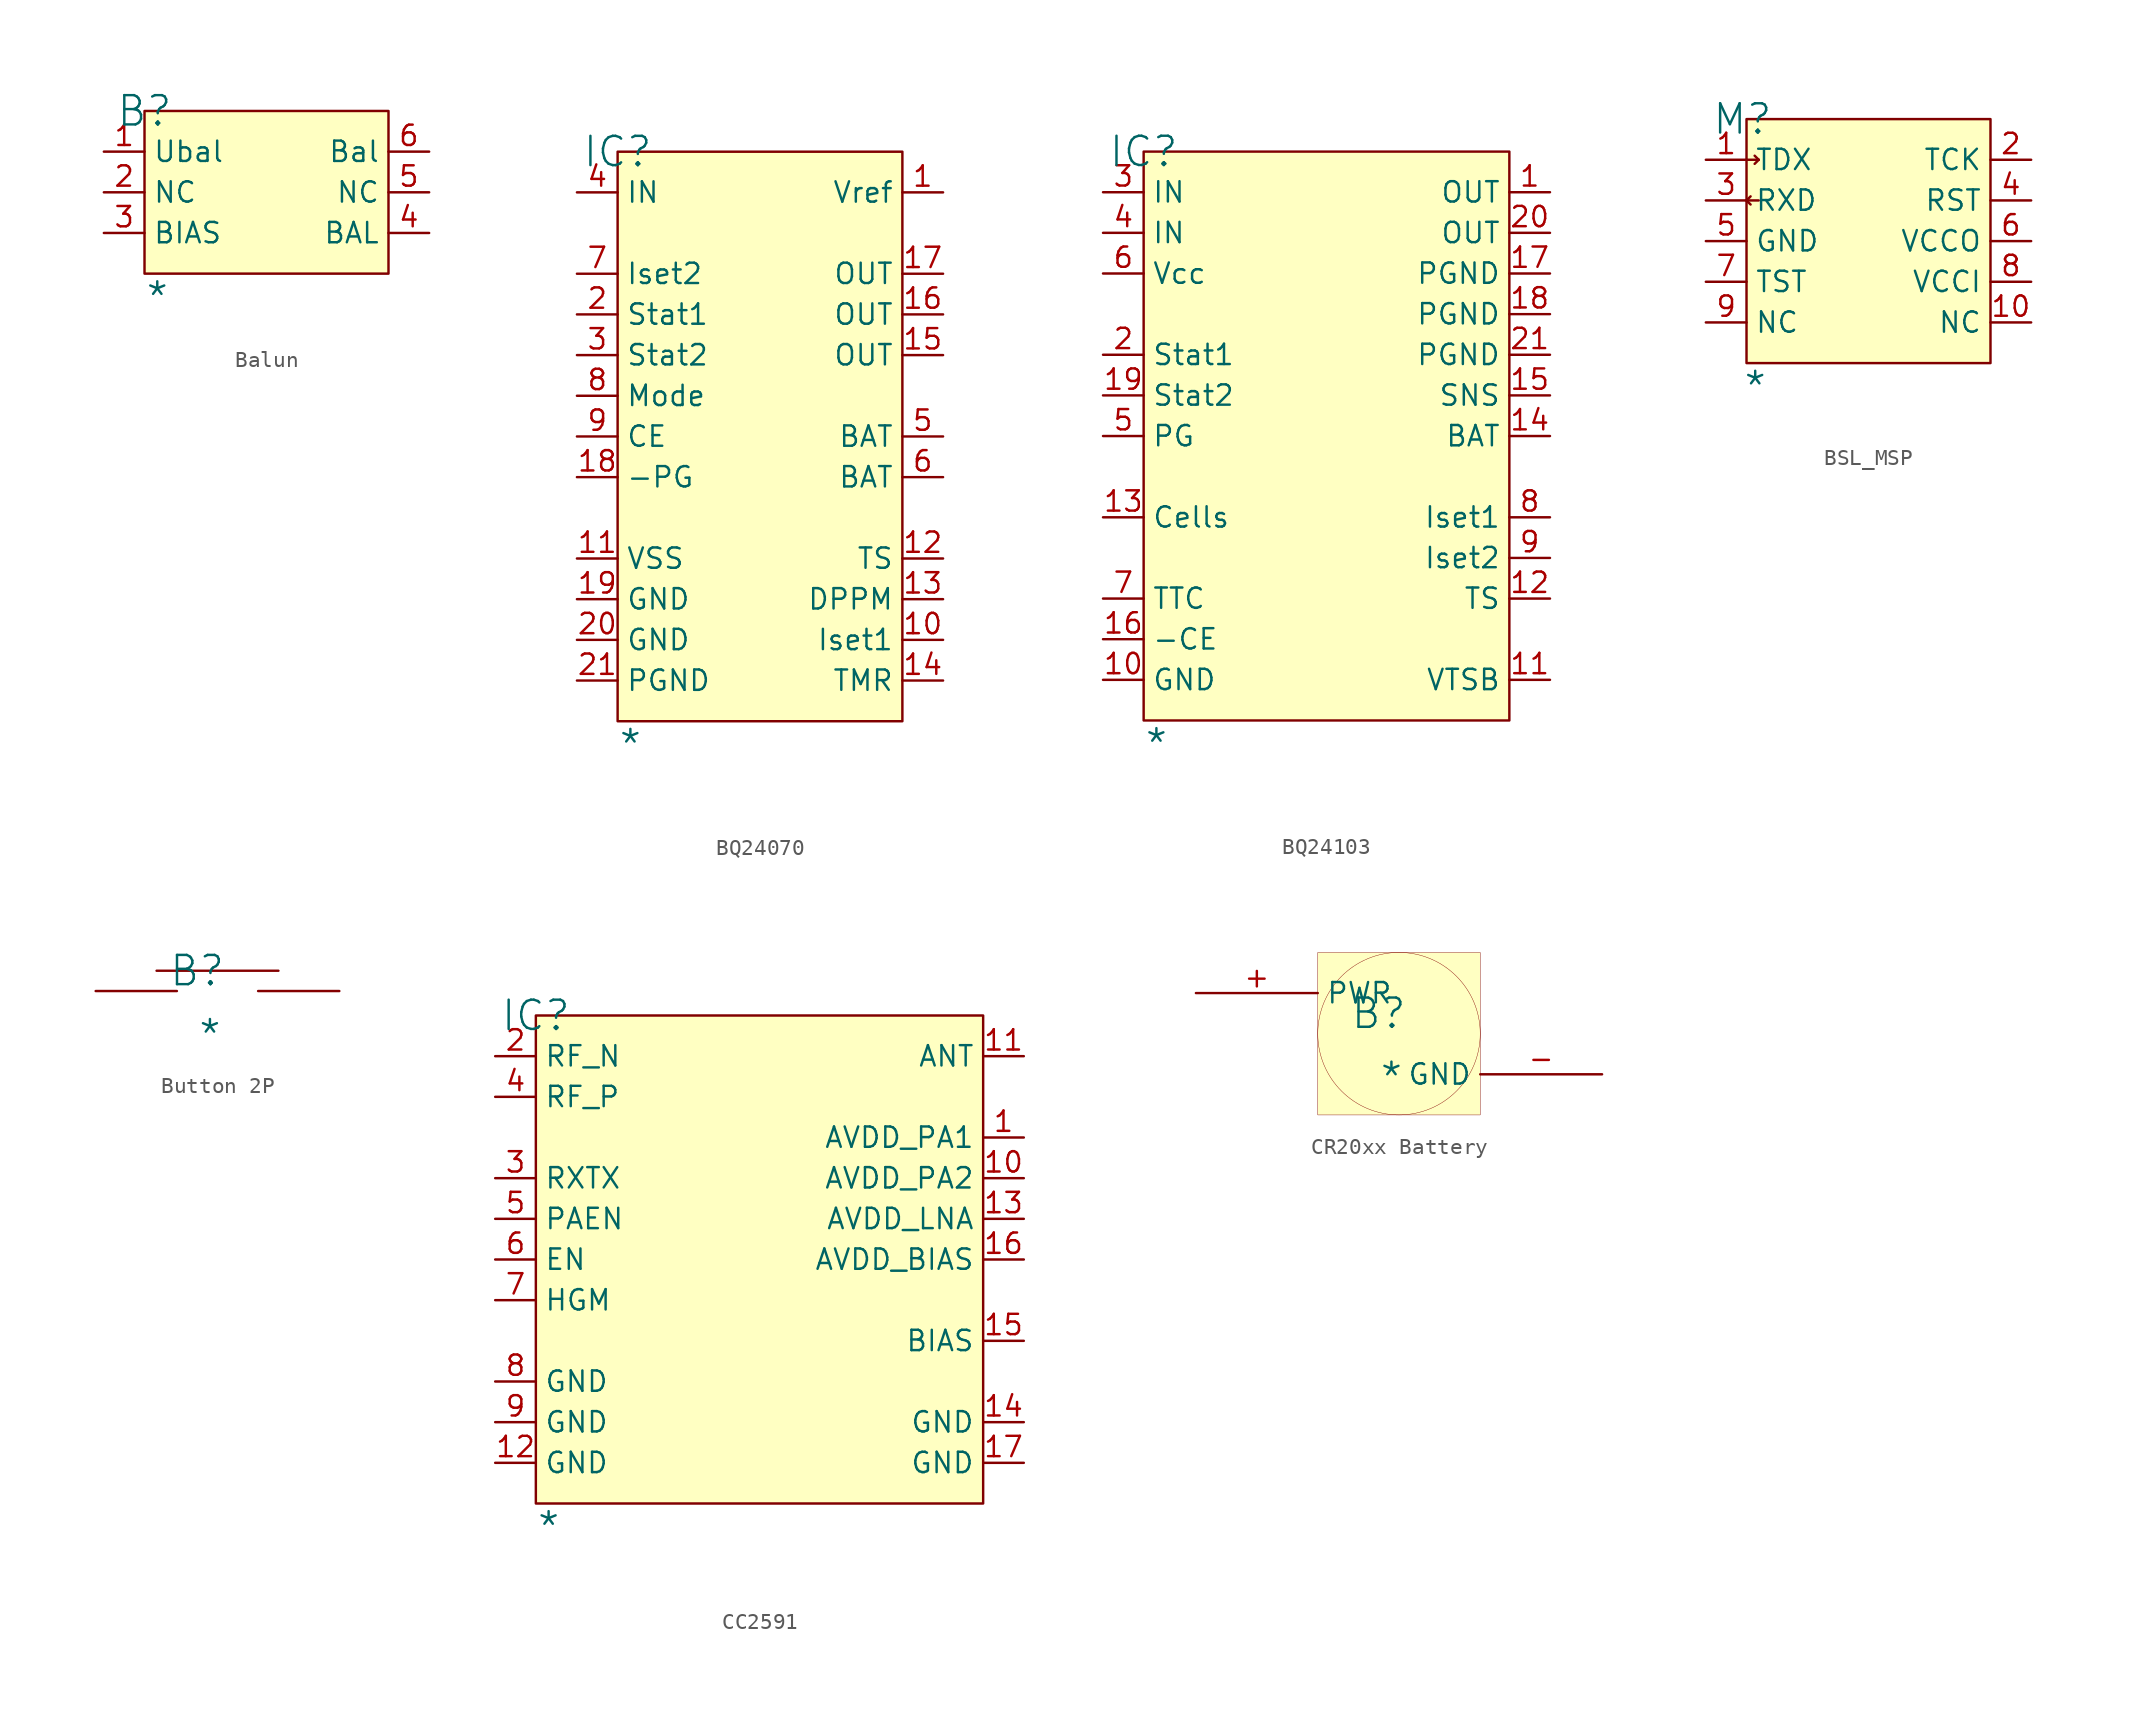
<source format=kicad_sym>
(kicad_symbol_lib
  (version 20241209)
  (generator "kicad_symbol_editor")
  (generator_version "9.0")
  (symbol "Balun"
    (property "Reference" "B"
      (at 0 0 0)
      (effects (font (size 1.829 1.829))))
    (property "Value" "*"
      (at 0 -12.7 0)
      (effects (font (size 1.829 1.829)) (justify left bottom)))
    (symbol "Balun_1_0"
      (rectangle (start 15.24 0) (end 0 -10.16) (stroke (width 0) (type solid) (color 128 0 0 1)) (fill (type background)))
      (pin passive line (at -2.54 -2.54 0) (length 2.54) (name "Ubal" (effects (font (size 1.27 1.27)))) (number "1" (effects (font (size 1.27 1.27)))))
      (pin passive line (at -2.54 -5.08 0) (length 2.54) (name "NC" (effects (font (size 1.27 1.27)))) (number "2" (effects (font (size 1.27 1.27)))))
      (pin passive line (at -2.54 -7.62 0) (length 2.54) (name "BIAS" (effects (font (size 1.27 1.27)))) (number "3" (effects (font (size 1.27 1.27)))))
      (pin passive line (at 17.78 -2.54 180) (length 2.54) (name "Bal" (effects (font (size 1.27 1.27)))) (number "6" (effects (font (size 1.27 1.27)))))
      (pin passive line (at 17.78 -5.08 180) (length 2.54) (name "NC" (effects (font (size 1.27 1.27)))) (number "5" (effects (font (size 1.27 1.27)))))
      (pin passive line (at 17.78 -7.62 180) (length 2.54) (name "BAL" (effects (font (size 1.27 1.27)))) (number "4" (effects (font (size 1.27 1.27)))))))
  (symbol "BQ24070"
    (property "Reference" "IC"
      (at 0 0 0)
      (effects (font (size 1.829 1.829))))
    (property "Value" "*"
      (at 0 -38.1 0)
      (effects (font (size 1.829 1.829)) (justify left bottom)))
    (symbol "BQ24070_1_0"
      (rectangle (start 17.78 0) (end 0 -35.56) (stroke (width 0) (type solid) (color 128 0 0 1)) (fill (type background)))
      (pin passive line (at -2.54 -2.54 0) (length 2.54) (name "IN" (effects (font (size 1.27 1.27)))) (number "4" (effects (font (size 1.27 1.27)))))
      (pin passive line (at -2.54 -7.62 0) (length 2.54) (name "Iset2" (effects (font (size 1.27 1.27)))) (number "7" (effects (font (size 1.27 1.27)))))
      (pin passive line (at -2.54 -10.16 0) (length 2.54) (name "Stat1" (effects (font (size 1.27 1.27)))) (number "2" (effects (font (size 1.27 1.27)))))
      (pin passive line (at -2.54 -12.7 0) (length 2.54) (name "Stat2" (effects (font (size 1.27 1.27)))) (number "3" (effects (font (size 1.27 1.27)))))
      (pin passive line (at -2.54 -15.24 0) (length 2.54) (name "Mode" (effects (font (size 1.27 1.27)))) (number "8" (effects (font (size 1.27 1.27)))))
      (pin passive line (at -2.54 -17.78 0) (length 2.54) (name "CE" (effects (font (size 1.27 1.27)))) (number "9" (effects (font (size 1.27 1.27)))))
      (pin passive line (at -2.54 -20.32 0) (length 2.54) (name "-PG" (effects (font (size 1.27 1.27)))) (number "18" (effects (font (size 1.27 1.27)))))
      (pin passive line (at -2.54 -25.4 0) (length 2.54) (name "VSS" (effects (font (size 1.27 1.27)))) (number "11" (effects (font (size 1.27 1.27)))))
      (pin passive line (at -2.54 -27.94 0) (length 2.54) (name "GND" (effects (font (size 1.27 1.27)))) (number "19" (effects (font (size 1.27 1.27)))))
      (pin passive line (at -2.54 -30.48 0) (length 2.54) (name "GND" (effects (font (size 1.27 1.27)))) (number "20" (effects (font (size 1.27 1.27)))))
      (pin passive line (at -2.54 -33.02 0) (length 2.54) (name "PGND" (effects (font (size 1.27 1.27)))) (number "21" (effects (font (size 1.27 1.27)))))
      (pin passive line (at 20.32 -2.54 180) (length 2.54) (name "Vref" (effects (font (size 1.27 1.27)))) (number "1" (effects (font (size 1.27 1.27)))))
      (pin passive line (at 20.32 -7.62 180) (length 2.54) (name "OUT" (effects (font (size 1.27 1.27)))) (number "17" (effects (font (size 1.27 1.27)))))
      (pin passive line (at 20.32 -10.16 180) (length 2.54) (name "OUT" (effects (font (size 1.27 1.27)))) (number "16" (effects (font (size 1.27 1.27)))))
      (pin passive line (at 20.32 -12.7 180) (length 2.54) (name "OUT" (effects (font (size 1.27 1.27)))) (number "15" (effects (font (size 1.27 1.27)))))
      (pin passive line (at 20.32 -17.78 180) (length 2.54) (name "BAT" (effects (font (size 1.27 1.27)))) (number "5" (effects (font (size 1.27 1.27)))))
      (pin passive line (at 20.32 -20.32 180) (length 2.54) (name "BAT" (effects (font (size 1.27 1.27)))) (number "6" (effects (font (size 1.27 1.27)))))
      (pin passive line (at 20.32 -25.4 180) (length 2.54) (name "TS" (effects (font (size 1.27 1.27)))) (number "12" (effects (font (size 1.27 1.27)))))
      (pin passive line (at 20.32 -27.94 180) (length 2.54) (name "DPPM" (effects (font (size 1.27 1.27)))) (number "13" (effects (font (size 1.27 1.27)))))
      (pin passive line (at 20.32 -30.48 180) (length 2.54) (name "Iset1" (effects (font (size 1.27 1.27)))) (number "10" (effects (font (size 1.27 1.27)))))
      (pin passive line (at 20.32 -33.02 180) (length 2.54) (name "TMR" (effects (font (size 1.27 1.27)))) (number "14" (effects (font (size 1.27 1.27)))))))
  (symbol "BQ24103"
    (property "Reference" "IC"
      (at 0 0 0)
      (effects (font (size 1.829 1.829))))
    (property "Value" "*"
      (at 0 -38.1 0)
      (effects (font (size 1.829 1.829)) (justify left bottom)))
    (symbol "BQ24103_1_0"
      (rectangle (start 22.86 0) (end 0 -35.56) (stroke (width 0) (type solid) (color 128 0 0 1)) (fill (type background)))
      (pin passive line (at -2.54 -2.54 0) (length 2.54) (name "IN" (effects (font (size 1.27 1.27)))) (number "3" (effects (font (size 1.27 1.27)))))
      (pin passive line (at -2.54 -5.08 0) (length 2.54) (name "IN" (effects (font (size 1.27 1.27)))) (number "4" (effects (font (size 1.27 1.27)))))
      (pin passive line (at -2.54 -7.62 0) (length 2.54) (name "Vcc" (effects (font (size 1.27 1.27)))) (number "6" (effects (font (size 1.27 1.27)))))
      (pin passive line (at -2.54 -12.7 0) (length 2.54) (name "Stat1" (effects (font (size 1.27 1.27)))) (number "2" (effects (font (size 1.27 1.27)))))
      (pin passive line (at -2.54 -15.24 0) (length 2.54) (name "Stat2" (effects (font (size 1.27 1.27)))) (number "19" (effects (font (size 1.27 1.27)))))
      (pin passive line (at -2.54 -17.78 0) (length 2.54) (name "PG" (effects (font (size 1.27 1.27)))) (number "5" (effects (font (size 1.27 1.27)))))
      (pin passive line (at -2.54 -22.86 0) (length 2.54) (name "Cells" (effects (font (size 1.27 1.27)))) (number "13" (effects (font (size 1.27 1.27)))))
      (pin passive line (at -2.54 -27.94 0) (length 2.54) (name "TTC" (effects (font (size 1.27 1.27)))) (number "7" (effects (font (size 1.27 1.27)))))
      (pin passive line (at -2.54 -30.48 0) (length 2.54) (name "-CE" (effects (font (size 1.27 1.27)))) (number "16" (effects (font (size 1.27 1.27)))))
      (pin passive line (at -2.54 -33.02 0) (length 2.54) (name "GND" (effects (font (size 1.27 1.27)))) (number "10" (effects (font (size 1.27 1.27)))))
      (pin passive line (at 25.4 -2.54 180) (length 2.54) (name "OUT" (effects (font (size 1.27 1.27)))) (number "1" (effects (font (size 1.27 1.27)))))
      (pin passive line (at 25.4 -5.08 180) (length 2.54) (name "OUT" (effects (font (size 1.27 1.27)))) (number "20" (effects (font (size 1.27 1.27)))))
      (pin passive line (at 25.4 -7.62 180) (length 2.54) (name "PGND" (effects (font (size 1.27 1.27)))) (number "17" (effects (font (size 1.27 1.27)))))
      (pin passive line (at 25.4 -10.16 180) (length 2.54) (name "PGND" (effects (font (size 1.27 1.27)))) (number "18" (effects (font (size 1.27 1.27)))))
      (pin passive line (at 25.4 -12.7 180) (length 2.54) (name "PGND" (effects (font (size 1.27 1.27)))) (number "21" (effects (font (size 1.27 1.27)))))
      (pin passive line (at 25.4 -15.24 180) (length 2.54) (name "SNS" (effects (font (size 1.27 1.27)))) (number "15" (effects (font (size 1.27 1.27)))))
      (pin passive line (at 25.4 -17.78 180) (length 2.54) (name "BAT" (effects (font (size 1.27 1.27)))) (number "14" (effects (font (size 1.27 1.27)))))
      (pin passive line (at 25.4 -22.86 180) (length 2.54) (name "Iset1" (effects (font (size 1.27 1.27)))) (number "8" (effects (font (size 1.27 1.27)))))
      (pin passive line (at 25.4 -25.4 180) (length 2.54) (name "Iset2" (effects (font (size 1.27 1.27)))) (number "9" (effects (font (size 1.27 1.27)))))
      (pin passive line (at 25.4 -27.94 180) (length 2.54) (name "TS" (effects (font (size 1.27 1.27)))) (number "12" (effects (font (size 1.27 1.27)))))
      (pin passive line (at 25.4 -33.02 180) (length 2.54) (name "VTSB" (effects (font (size 1.27 1.27)))) (number "11" (effects (font (size 1.27 1.27)))))))
  (symbol "BSL_MSP"
    (property "Reference" "M"
      (at -0.254 0 0)
      (effects (font (size 1.829 1.829))))
    (property "Value" "*"
      (at -0.254 -17.78 0)
      (effects (font (size 1.829 1.829)) (justify left bottom)))
    (symbol "BSL_MSP_1_0"
      (polyline (pts (xy 0 -2.54) (xy 0.762 -2.54)) (stroke (width 0) (type solid)) (fill (type none)))
      (polyline (pts (xy 0 -5.08) (xy 0.254 -4.826)) (stroke (width 0) (type solid)) (fill (type none)))
      (polyline (pts (xy 0 -5.08) (xy 0.254 -5.334)) (stroke (width 0) (type solid)) (fill (type none)))
      (polyline (pts (xy 0.762 -2.54) (xy 0.508 -2.286)) (stroke (width 0) (type solid)) (fill (type none)))
      (polyline (pts (xy 0.762 -2.54) (xy 0.508 -2.794)) (stroke (width 0) (type solid)) (fill (type none)))
      (polyline (pts (xy 0.762 -5.08) (xy 0 -5.08)) (stroke (width 0) (type solid)) (fill (type none)))
      (rectangle (start 15.24 0) (end 0 -15.24) (stroke (width 0) (type solid) (color 128 0 0 1)) (fill (type background)))
      (pin passive line (at -2.54 -2.54 0) (length 2.54) (name "TDX" (effects (font (size 1.27 1.27)))) (number "1" (effects (font (size 1.27 1.27)))))
      (pin passive line (at -2.54 -5.08 0) (length 2.54) (name "RXD" (effects (font (size 1.27 1.27)))) (number "3" (effects (font (size 1.27 1.27)))))
      (pin passive line (at -2.54 -7.62 0) (length 2.54) (name "GND" (effects (font (size 1.27 1.27)))) (number "5" (effects (font (size 1.27 1.27)))))
      (pin passive line (at -2.54 -10.16 0) (length 2.54) (name "TST" (effects (font (size 1.27 1.27)))) (number "7" (effects (font (size 1.27 1.27)))))
      (pin passive line (at -2.54 -12.7 0) (length 2.54) (name "NC" (effects (font (size 1.27 1.27)))) (number "9" (effects (font (size 1.27 1.27)))))
      (pin passive line (at 17.78 -2.54 180) (length 2.54) (name "TCK" (effects (font (size 1.27 1.27)))) (number "2" (effects (font (size 1.27 1.27)))))
      (pin passive line (at 17.78 -5.08 180) (length 2.54) (name "RST" (effects (font (size 1.27 1.27)))) (number "4" (effects (font (size 1.27 1.27)))))
      (pin passive line (at 17.78 -7.62 180) (length 2.54) (name "VCCO" (effects (font (size 1.27 1.27)))) (number "6" (effects (font (size 1.27 1.27)))))
      (pin passive line (at 17.78 -10.16 180) (length 2.54) (name "VCCI" (effects (font (size 1.27 1.27)))) (number "8" (effects (font (size 1.27 1.27)))))
      (pin passive line (at 17.78 -12.7 180) (length 2.54) (name "NC" (effects (font (size 1.27 1.27)))) (number "10" (effects (font (size 1.27 1.27)))))))
  (symbol "Button 2P"
    (pin_numbers
      (hide yes))
    (pin_names
      (hide yes))
    (property "Reference" "B"
      (at -1.27 1.27 0)
      (effects (font (size 1.829 1.829))))
    (property "Value" "*"
      (at -1.27 -3.81 0)
      (effects (font (size 1.829 1.829)) (justify left bottom)))
    (symbol "Button 2P_1_0"
      (polyline (pts (xy -3.81 1.27) (xy 3.81 1.27)) (stroke (width 0) (type solid)) (fill (type none)))
      (pin passive line (at -7.62 0 0) (length 5.08) (name "1" (effects (font (size 1.27 1.27)))) (number "1" (effects (font (size 1.27 1.27)))))
      (pin passive line (at 7.62 0 180) (length 5.08) (name "2" (effects (font (size 1.27 1.27)))) (number "2" (effects (font (size 1.27 1.27)))))))
  (symbol "CC2591"
    (property "Reference" "IC"
      (at 0 0 0)
      (effects (font (size 1.829 1.829))))
    (property "Value" "*"
      (at 0 -33.02 0)
      (effects (font (size 1.829 1.829)) (justify left bottom)))
    (symbol "CC2591_1_0"
      (rectangle (start 27.94 0) (end 0 -30.48) (stroke (width 0) (type solid) (color 128 0 0 1)) (fill (type background)))
      (pin passive line (at -2.54 -2.54 0) (length 2.54) (name "RF_N" (effects (font (size 1.27 1.27)))) (number "2" (effects (font (size 1.27 1.27)))))
      (pin passive line (at -2.54 -5.08 0) (length 2.54) (name "RF_P" (effects (font (size 1.27 1.27)))) (number "4" (effects (font (size 1.27 1.27)))))
      (pin passive line (at -2.54 -10.16 0) (length 2.54) (name "RXTX" (effects (font (size 1.27 1.27)))) (number "3" (effects (font (size 1.27 1.27)))))
      (pin passive line (at -2.54 -12.7 0) (length 2.54) (name "PAEN" (effects (font (size 1.27 1.27)))) (number "5" (effects (font (size 1.27 1.27)))))
      (pin passive line (at -2.54 -15.24 0) (length 2.54) (name "EN" (effects (font (size 1.27 1.27)))) (number "6" (effects (font (size 1.27 1.27)))))
      (pin passive line (at -2.54 -17.78 0) (length 2.54) (name "HGM" (effects (font (size 1.27 1.27)))) (number "7" (effects (font (size 1.27 1.27)))))
      (pin passive line (at -2.54 -22.86 0) (length 2.54) (name "GND" (effects (font (size 1.27 1.27)))) (number "8" (effects (font (size 1.27 1.27)))))
      (pin passive line (at -2.54 -25.4 0) (length 2.54) (name "GND" (effects (font (size 1.27 1.27)))) (number "9" (effects (font (size 1.27 1.27)))))
      (pin passive line (at -2.54 -27.94 0) (length 2.54) (name "GND" (effects (font (size 1.27 1.27)))) (number "12" (effects (font (size 1.27 1.27)))))
      (pin passive line (at 30.48 -2.54 180) (length 2.54) (name "ANT" (effects (font (size 1.27 1.27)))) (number "11" (effects (font (size 1.27 1.27)))))
      (pin passive line (at 30.48 -7.62 180) (length 2.54) (name "AVDD_PA1" (effects (font (size 1.27 1.27)))) (number "1" (effects (font (size 1.27 1.27)))))
      (pin passive line (at 30.48 -10.16 180) (length 2.54) (name "AVDD_PA2" (effects (font (size 1.27 1.27)))) (number "10" (effects (font (size 1.27 1.27)))))
      (pin passive line (at 30.48 -12.7 180) (length 2.54) (name "AVDD_LNA" (effects (font (size 1.27 1.27)))) (number "13" (effects (font (size 1.27 1.27)))))
      (pin passive line (at 30.48 -15.24 180) (length 2.54) (name "AVDD_BIAS" (effects (font (size 1.27 1.27)))) (number "16" (effects (font (size 1.27 1.27)))))
      (pin passive line (at 30.48 -20.32 180) (length 2.54) (name "BIAS" (effects (font (size 1.27 1.27)))) (number "15" (effects (font (size 1.27 1.27)))))
      (pin passive line (at 30.48 -25.4 180) (length 2.54) (name "GND" (effects (font (size 1.27 1.27)))) (number "14" (effects (font (size 1.27 1.27)))))
      (pin passive line (at 30.48 -27.94 180) (length 2.54) (name "GND" (effects (font (size 1.27 1.27)))) (number "17" (effects (font (size 1.27 1.27)))))))
  (symbol "CR20xx Battery"
    (property "Reference" "B"
      (at -1.27 1.27 0)
      (effects (font (size 1.829 1.829))))
    (property "Value" "*"
      (at -1.27 -3.81 0)
      (effects (font (size 1.829 1.829)) (justify left bottom)))
    (symbol "CR20xx Battery_1_0"
      (circle (center 0 0) (radius 5.08) (stroke (width 0.025) (type solid)) (fill (type background)))
      (rectangle (start 5.08 5.08) (end -5.08 -5.08) (stroke (width 0.025) (type solid) (color 128 0 0 1)) (fill (type background)))
      (pin power_in line (at -12.7 2.54 0) (length 7.62) (name "PWR" (effects (font (size 1.27 1.27)))) (number "+" (effects (font (size 1.27 1.27)))))
      (pin power_in line (at 12.7 -2.54 180) (length 7.62) (name "GND" (effects (font (size 1.27 1.27)))) (number "-" (effects (font (size 1.27 1.27))))))))
</source>
